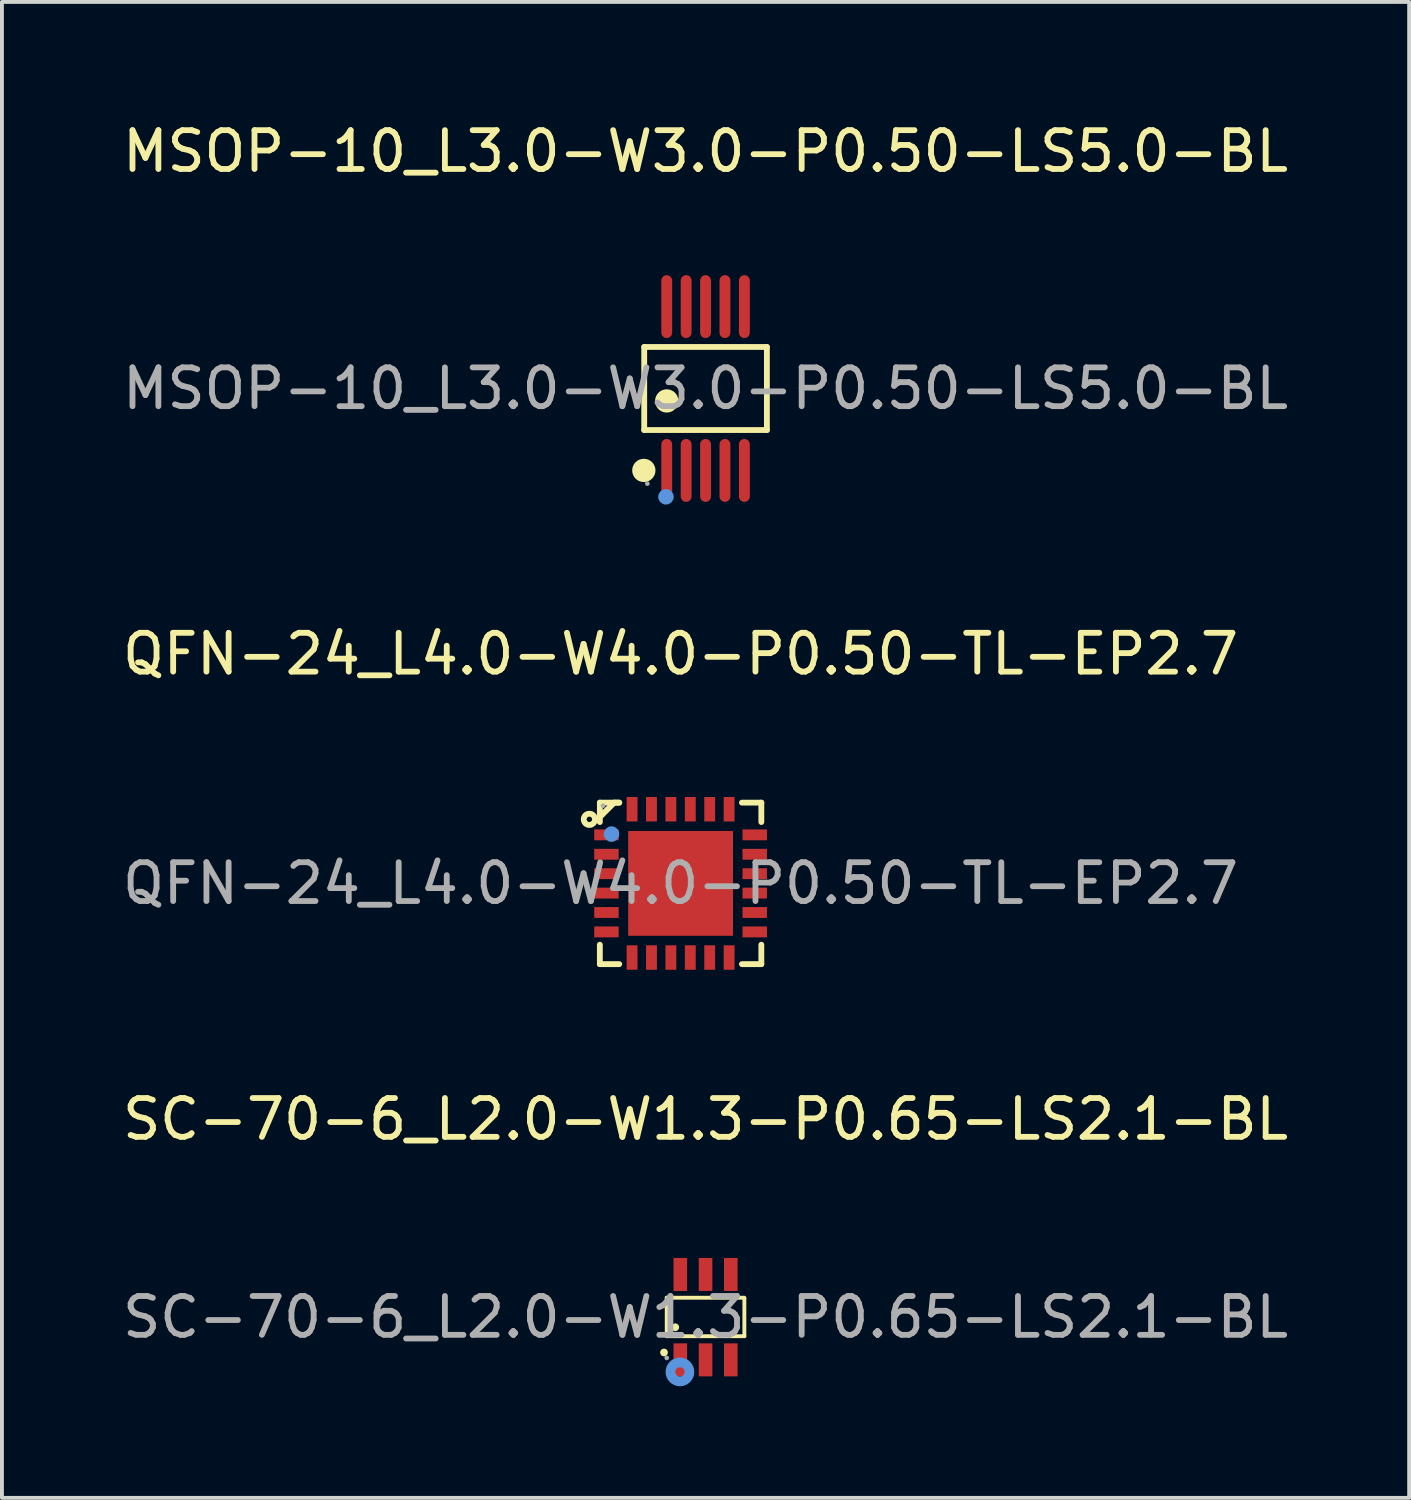
<source format=kicad_pcb>
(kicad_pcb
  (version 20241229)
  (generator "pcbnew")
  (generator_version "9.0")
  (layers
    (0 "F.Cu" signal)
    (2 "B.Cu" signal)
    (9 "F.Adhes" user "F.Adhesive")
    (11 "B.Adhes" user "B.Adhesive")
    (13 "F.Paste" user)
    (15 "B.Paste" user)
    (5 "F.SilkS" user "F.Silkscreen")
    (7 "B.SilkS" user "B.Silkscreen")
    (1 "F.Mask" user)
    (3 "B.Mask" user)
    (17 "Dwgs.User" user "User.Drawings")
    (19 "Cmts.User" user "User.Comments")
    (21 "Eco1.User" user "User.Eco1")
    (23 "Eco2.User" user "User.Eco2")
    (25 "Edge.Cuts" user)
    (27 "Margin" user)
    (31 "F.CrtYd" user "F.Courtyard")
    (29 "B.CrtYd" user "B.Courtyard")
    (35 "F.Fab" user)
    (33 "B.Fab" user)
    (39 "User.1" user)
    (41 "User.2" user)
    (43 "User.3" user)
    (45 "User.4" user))
  (footprint "MSOP-10_L3.0-W3.0-P0.50-LS5.0-BL"
    (layer "F.Cu")
    (at 15.125 6.958)
    (property "Reference" "MSOP-10_L3.0-W3.0-P0.50-LS5.0-BL" (at 0 -6.11 0) (layer "F.SilkS") (effects (font (size 1 1) (thickness 0.15))))
    (attr through_hole)
    (fp_line (start -1.58 -1.07) (end 1.58 -1.07) (stroke (width 0.15) (type solid)) (layer "F.SilkS"))
    (fp_line (start -1.58 1.07) (end -1.58 -1.07) (stroke (width 0.15) (type solid)) (layer "F.SilkS"))
    (fp_line (start 1.58 -1.07) (end 1.58 1.07) (stroke (width 0.15) (type solid)) (layer "F.SilkS"))
    (fp_line (start 1.58 1.07) (end -1.58 1.07) (stroke (width 0.15) (type solid)) (layer "F.SilkS"))
    (fp_circle (center -1.59 2.11) (end -1.44 2.11) (stroke (width 0.3) (type solid)) (fill no) (layer "F.SilkS"))
    (fp_circle (center -1 0.32) (end -0.85 0.32) (stroke (width 0.3) (type solid)) (fill no) (layer "F.SilkS"))
    (fp_circle (center -1.02 2.79) (end -0.92 2.79) (stroke (width 0.2) (type solid)) (fill no) (layer "Cmts.User"))
    (fp_circle (center -1.5 2.45) (end -1.47 2.45) (stroke (width 0.06) (type solid)) (fill no) (layer "F.Fab"))
    (fp_text user "${REFERENCE}" (at 0 0 0) (layer "F.Fab") (effects (font (size 1 1) (thickness 0.15))))
    (pad "1" smd oval (at -1 2.11) (size 0.28 1.62) (layers "F.Cu" "F.Mask" "F.Paste"))
    (pad "2" smd oval (at -0.5 2.11) (size 0.28 1.62) (layers "F.Cu" "F.Mask" "F.Paste"))
    (pad "3" smd oval (at 0 2.11) (size 0.28 1.62) (layers "F.Cu" "F.Mask" "F.Paste"))
    (pad "4" smd oval (at 0.5 2.11) (size 0.28 1.62) (layers "F.Cu" "F.Mask" "F.Paste"))
    (pad "5" smd oval (at 1 2.11) (size 0.28 1.62) (layers "F.Cu" "F.Mask" "F.Paste"))
    (pad "6" smd oval (at 1 -2.11) (size 0.28 1.62) (layers "F.Cu" "F.Mask" "F.Paste"))
    (pad "7" smd oval (at 0.5 -2.11) (size 0.28 1.62) (layers "F.Cu" "F.Mask" "F.Paste"))
    (pad "8" smd oval (at 0 -2.11) (size 0.28 1.62) (layers "F.Cu" "F.Mask" "F.Paste"))
    (pad "9" smd oval (at -0.5 -2.11) (size 0.28 1.62) (layers "F.Cu" "F.Mask" "F.Paste"))
    (pad "10" smd oval (at -1 -2.11) (size 0.28 1.62) (layers "F.Cu" "F.Mask" "F.Paste")))
  (footprint "QFN-24_L4.0-W4.0-P0.50-TL-EP2.7"
    (layer "F.Cu")
    (at 14.482 19.706)
    (property "Reference" "QFN-24_L4.0-W4.0-P0.50-TL-EP2.7" (at 0 -5.91 0) (layer "F.SilkS") (effects (font (size 1 1) (thickness 0.15))))
    (attr through_hole)
    (fp_line (start -2.08 -2.08) (end -2.08 -1.58) (stroke (width 0.15) (type solid)) (layer "F.SilkS"))
    (fp_line (start -2.08 2.08) (end -2.08 1.58) (stroke (width 0.15) (type solid)) (layer "F.SilkS"))
    (fp_line (start -1.71 -2.08) (end -2.08 -1.71) (stroke (width 0.15) (type solid)) (layer "F.SilkS"))
    (fp_line (start -1.58 -2.08) (end -2.08 -2.08) (stroke (width 0.15) (type solid)) (layer "F.SilkS"))
    (fp_line (start -1.58 -2.08) (end -1.71 -2.08) (stroke (width 0.15) (type solid)) (layer "F.SilkS"))
    (fp_line (start -1.58 2.08) (end -2.08 2.08) (stroke (width 0.15) (type solid)) (layer "F.SilkS"))
    (fp_line (start 1.58 -2.08) (end 2.08 -2.08) (stroke (width 0.15) (type solid)) (layer "F.SilkS"))
    (fp_line (start 1.58 2.08) (end 2.08 2.08) (stroke (width 0.15) (type solid)) (layer "F.SilkS"))
    (fp_line (start 2.08 -2.08) (end 2.08 -1.58) (stroke (width 0.15) (type solid)) (layer "F.SilkS"))
    (fp_line (start 2.08 2.08) (end 2.08 1.58) (stroke (width 0.15) (type solid)) (layer "F.SilkS"))
    (fp_circle (center -2.35 -1.65) (end -2.28 -1.65) (stroke (width 0.15) (type solid)) (fill no) (layer "F.SilkS"))
    (fp_circle (center -1.78 -1.27) (end -1.68 -1.27) (stroke (width 0.2) (type solid)) (fill no) (layer "Cmts.User"))
    (fp_circle (center -2 -2) (end -1.97 -2) (stroke (width 0.06) (type solid)) (fill no) (layer "F.Fab"))
    (fp_text user "${REFERENCE}" (at 0 0 0) (layer "F.Fab") (effects (font (size 1 1) (thickness 0.15))))
    (pad "1" smd rect (at -1.91 -1.25) (size 0.63 0.28) (layers "F.Cu" "F.Mask" "F.Paste"))
    (pad "2" smd rect (at -1.91 -0.75) (size 0.63 0.28) (layers "F.Cu" "F.Mask" "F.Paste"))
    (pad "3" smd rect (at -1.91 -0.25) (size 0.63 0.28) (layers "F.Cu" "F.Mask" "F.Paste"))
    (pad "4" smd rect (at -1.91 0.25) (size 0.63 0.28) (layers "F.Cu" "F.Mask" "F.Paste"))
    (pad "5" smd rect (at -1.91 0.75) (size 0.63 0.28) (layers "F.Cu" "F.Mask" "F.Paste"))
    (pad "6" smd rect (at -1.91 1.25) (size 0.63 0.28) (layers "F.Cu" "F.Mask" "F.Paste"))
    (pad "7" smd rect (at -1.25 1.91) (size 0.28 0.63) (layers "F.Cu" "F.Mask" "F.Paste"))
    (pad "8" smd rect (at -0.75 1.91) (size 0.28 0.63) (layers "F.Cu" "F.Mask" "F.Paste"))
    (pad "9" smd rect (at -0.25 1.91) (size 0.28 0.63) (layers "F.Cu" "F.Mask" "F.Paste"))
    (pad "10" smd rect (at 0.25 1.91) (size 0.28 0.63) (layers "F.Cu" "F.Mask" "F.Paste"))
    (pad "11" smd rect (at 0.75 1.91) (size 0.28 0.63) (layers "F.Cu" "F.Mask" "F.Paste"))
    (pad "12" smd rect (at 1.25 1.91) (size 0.28 0.63) (layers "F.Cu" "F.Mask" "F.Paste"))
    (pad "13" smd rect (at 1.91 1.25) (size 0.63 0.28) (layers "F.Cu" "F.Mask" "F.Paste"))
    (pad "14" smd rect (at 1.91 0.75) (size 0.63 0.28) (layers "F.Cu" "F.Mask" "F.Paste"))
    (pad "15" smd rect (at 1.91 0.25) (size 0.63 0.28) (layers "F.Cu" "F.Mask" "F.Paste"))
    (pad "16" smd rect (at 1.91 -0.25) (size 0.63 0.28) (layers "F.Cu" "F.Mask" "F.Paste"))
    (pad "17" smd rect (at 1.91 -0.75) (size 0.63 0.28) (layers "F.Cu" "F.Mask" "F.Paste"))
    (pad "18" smd rect (at 1.91 -1.25) (size 0.63 0.28) (layers "F.Cu" "F.Mask" "F.Paste"))
    (pad "19" smd rect (at 1.25 -1.91) (size 0.28 0.63) (layers "F.Cu" "F.Mask" "F.Paste"))
    (pad "20" smd rect (at 0.75 -1.91) (size 0.28 0.63) (layers "F.Cu" "F.Mask" "F.Paste"))
    (pad "21" smd rect (at 0.25 -1.91) (size 0.28 0.63) (layers "F.Cu" "F.Mask" "F.Paste"))
    (pad "22" smd rect (at -0.25 -1.91) (size 0.28 0.63) (layers "F.Cu" "F.Mask" "F.Paste"))
    (pad "23" smd rect (at -0.75 -1.91) (size 0.28 0.63) (layers "F.Cu" "F.Mask" "F.Paste"))
    (pad "24" smd rect (at -1.25 -1.91) (size 0.28 0.63) (layers "F.Cu" "F.Mask" "F.Paste"))
    (pad "25" smd rect (at 0 0) (size 2.7 2.7) (layers "F.Cu" "F.Mask" "F.Paste")))
  (footprint "SC-70-6_L2.0-W1.3-P0.65-LS2.1-BL"
    (layer "F.Cu")
    (at 15.125 30.88)
    (property "Reference" "SC-70-6_L2.0-W1.3-P0.65-LS2.1-BL" (at 0 -5.1 0) (layer "F.SilkS") (effects (font (size 1 1) (thickness 0.15))))
    (attr through_hole)
    (fp_line (start -1 -0.5) (end -1 0.49) (stroke (width 0.1) (type solid)) (layer "F.SilkS"))
    (fp_line (start -1 0.49) (end 1 0.49) (stroke (width 0.1) (type solid)) (layer "F.SilkS"))
    (fp_line (start 0.99 -0.5) (end -1 -0.5) (stroke (width 0.1) (type solid)) (layer "F.SilkS"))
    (fp_line (start 1 -0.49) (end 0.99 -0.5) (stroke (width 0.1) (type solid)) (layer "F.SilkS"))
    (fp_line (start 1 0.49) (end 1 -0.49) (stroke (width 0.1) (type solid)) (layer "F.SilkS"))
    (fp_circle (center -1.07 0.91) (end -1.02 0.91) (stroke (width 0.1) (type solid)) (fill no) (layer "F.SilkS"))
    (fp_circle (center -0.78 0.26) (end -0.73 0.26) (stroke (width 0.1) (type solid)) (fill no) (layer "F.SilkS"))
    (fp_circle (center -0.66 1.41) (end -0.54 1.41) (stroke (width 0.25) (type solid)) (fill no) (layer "Cmts.User"))
    (fp_circle (center -1 1.05) (end -0.97 1.05) (stroke (width 0.06) (type solid)) (fill no) (layer "F.Fab"))
    (fp_text user "${REFERENCE}" (at 0 0 0) (layer "F.Fab") (effects (font (size 1 1) (thickness 0.15))))
    (pad "1" smd rect (at -0.65 1.1) (size 0.35 0.85) (layers "F.Cu" "F.Mask" "F.Paste"))
    (pad "2" smd rect (at 0 1.1) (size 0.35 0.85) (layers "F.Cu" "F.Mask" "F.Paste"))
    (pad "3" smd rect (at 0.65 1.1) (size 0.35 0.85) (layers "F.Cu" "F.Mask" "F.Paste"))
    (pad "4" smd rect (at 0.65 -1.1) (size 0.35 0.85) (layers "F.Cu" "F.Mask" "F.Paste"))
    (pad "5" smd rect (at 0 -1.1) (size 0.35 0.85) (layers "F.Cu" "F.Mask" "F.Paste"))
    (pad "6" smd rect (at -0.65 -1.1) (size 0.35 0.85) (layers "F.Cu" "F.Mask" "F.Paste")))
  (gr_rect
    (start -3 -3)
    (end 33.25 35.535)
    (stroke (width 0.1) (type default))
    (fill no)
    (layer "Edge.Cuts")))
</source>
